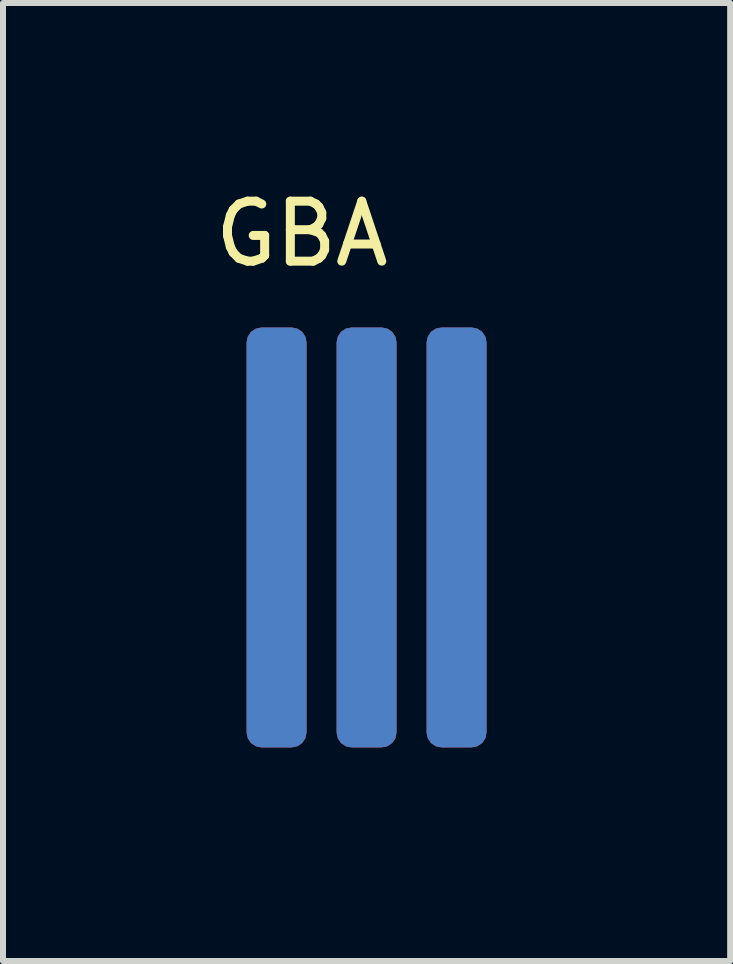
<source format=kicad_pcb>
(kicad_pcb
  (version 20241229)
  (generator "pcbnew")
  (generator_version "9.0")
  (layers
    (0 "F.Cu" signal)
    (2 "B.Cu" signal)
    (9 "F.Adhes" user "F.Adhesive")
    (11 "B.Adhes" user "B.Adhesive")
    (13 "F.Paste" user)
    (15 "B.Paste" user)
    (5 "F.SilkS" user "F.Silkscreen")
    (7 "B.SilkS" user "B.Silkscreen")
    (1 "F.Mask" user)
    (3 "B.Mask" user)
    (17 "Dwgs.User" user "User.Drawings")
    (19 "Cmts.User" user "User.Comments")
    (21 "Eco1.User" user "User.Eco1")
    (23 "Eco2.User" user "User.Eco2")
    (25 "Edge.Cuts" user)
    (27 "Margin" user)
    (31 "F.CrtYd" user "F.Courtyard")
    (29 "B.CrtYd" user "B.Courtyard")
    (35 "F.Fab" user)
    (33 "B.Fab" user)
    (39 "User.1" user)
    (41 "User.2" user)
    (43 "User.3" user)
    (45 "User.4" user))
  (footprint "GBA"
    (layer "F.Cu")
    (at 3.06 5.908)
    (property "Reference" "GBA" (at -1.08 -5.06 0) (layer "F.SilkS") (effects (font (size 1 1) (thickness 0.15))))
    (attr through_hole)
    (fp_line (start -3 -4) (end -3 4) (stroke (width 0.12) (type solid)) (layer "Eco1.User"))
    (fp_line (start -3 4) (end 3 4) (stroke (width 0.12) (type solid)) (layer "Eco1.User"))
    (fp_line (start 3 4) (end 3 -4) (stroke (width 0.12) (type solid)) (layer "Eco1.User"))
    (pad "1" smd roundrect (at 0 0) (size 1 7) (layers "F.Cu" "F.Mask" "F.Paste") (roundrect_rratio 0.25))
    (pad "2" smd roundrect (at -1.5 0) (size 1 7) (layers "B.Cu" "B.Mask" "B.Paste") (roundrect_rratio 0.25))
    (pad "3" smd roundrect (at -1.5 0) (size 1 7) (layers "F.Cu" "F.Mask" "F.Paste") (roundrect_rratio 0.25))
    (pad "4" smd roundrect (at 0 0) (size 1 7) (layers "B.Cu" "B.Mask" "B.Paste") (roundrect_rratio 0.25))
    (pad "5" smd roundrect (at 1.5 0) (size 1 7) (layers "F.Cu" "F.Mask" "F.Paste") (roundrect_rratio 0.25))
    (pad "6" smd roundrect (at 1.5 0) (size 1 7) (layers "B.Cu" "B.Mask" "B.Paste") (roundrect_rratio 0.25)))
  (gr_rect
    (start -3 -3)
    (end 9.12 12.968)
    (stroke (width 0.1) (type default))
    (fill no)
    (layer "Edge.Cuts")))
</source>
